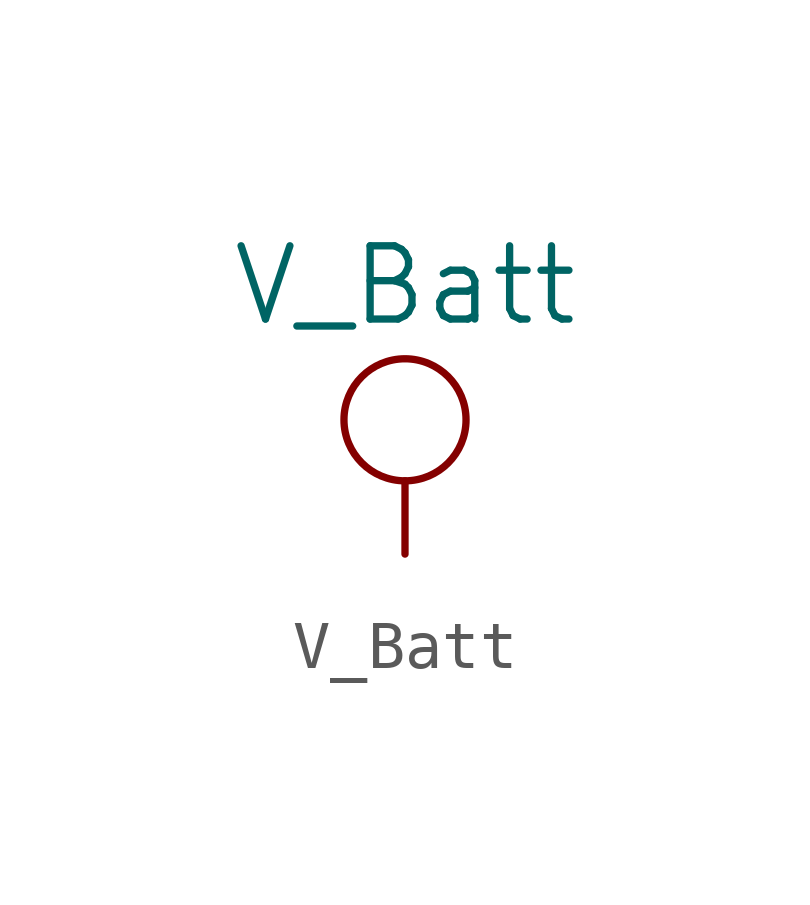
<source format=kicad_sym>
(kicad_symbol_lib
  (version 20211014)
  (generator kicad_symbol_editor)
  (symbol "V_Batt"
    (power)
    (pin_names
      (offset 0))
    (property "Reference" "#PWR"
      (at 0.254 7.874 0)
      (effects (font (size 1.524 1.524)) hide))
    (property "Value" "V_Batt"
      (at 0 5.588 0)
      (effects (font (size 1.524 1.524))))
    (property "Footprint" ""
      (at 0 0 0)
      (effects (font (size 1.524 1.524))))
    (property "Datasheet" ""
      (at 0 0 0)
      (effects (font (size 1.524 1.524))))
    (symbol "V_Batt_0_1"
      (polyline (pts (xy 0 1.524) (xy 0 0)) (stroke (width 0) (type default) (color 0 0 0 0)) (fill (type none)))
      (circle (center 0 2.794) (radius 1.27) (stroke (width 0) (type default) (color 0 0 0 0)) (fill (type none))))
    (symbol "V_Batt_1_1"
      (pin power_in line (at 0 0 90) (length 0) hide (name "V_Batt" (effects (font (size 1.27 1.27)))) (number "1" (effects (font (size 1.27 1.27))))))))
</source>
